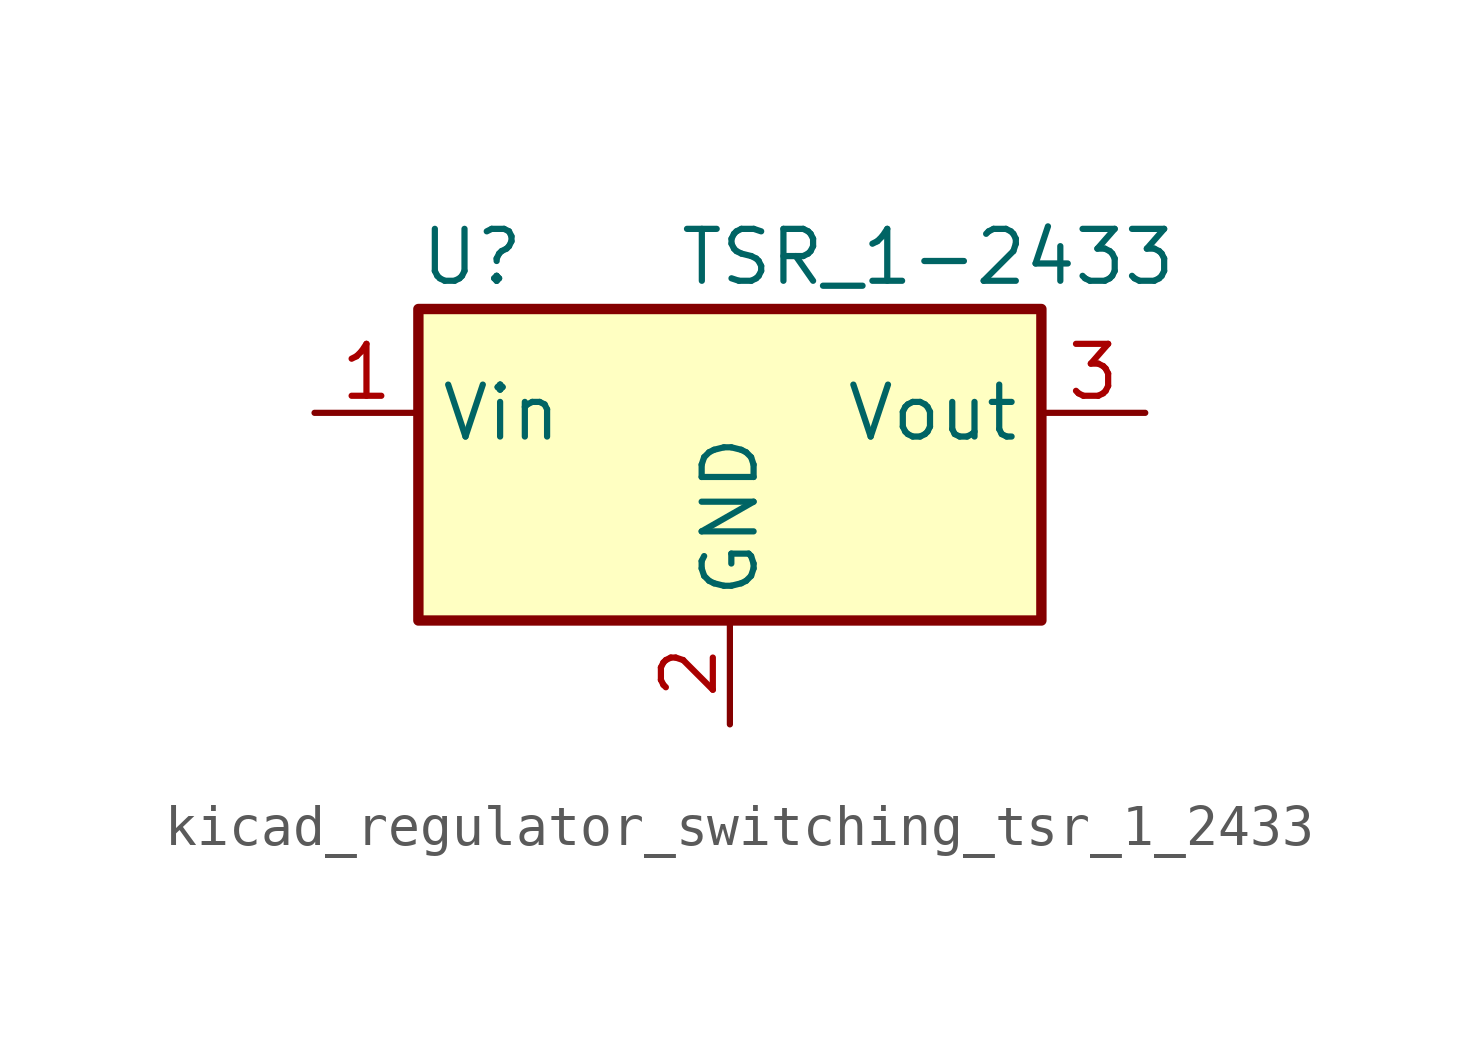
<source format=kicad_sym>
(kicad_symbol_lib
  (version 20220914)
  (generator kicad_symbol_editor)
  (symbol "kicad_regulator_switching_tsr_1_2433"
    (property "Reference" "U"
      (at -7.62 6.35 0)
      (effects (font (size 1.27 1.27)) (justify left)))
    (property "Value" "TSR_1-2433"
      (at -1.27 6.35 0)
      (effects (font (size 1.27 1.27)) (justify left)))
    (symbol "kicad_regulator_switching_tsr_1_2433_0_1"
      (rectangle (start -7.62 5.08) (end 7.62 -2.54) (stroke (width 0.254) (type default)) (fill (type background))))
    (symbol "kicad_regulator_switching_tsr_1_2433_1_1"
      (pin power_in line (at -10.16 2.54 0) (length 2.54) (name "Vin" (effects (font (size 1.27 1.27)))) (number "1" (effects (font (size 1.27 1.27)))))
      (pin power_in line (at 0 -5.08 90) (length 2.54) (name "GND" (effects (font (size 1.27 1.27)))) (number "2" (effects (font (size 1.27 1.27)))))
      (pin power_out line (at 10.16 2.54 180) (length 2.54) (name "Vout" (effects (font (size 1.27 1.27)))) (number "3" (effects (font (size 1.27 1.27))))))))
</source>
